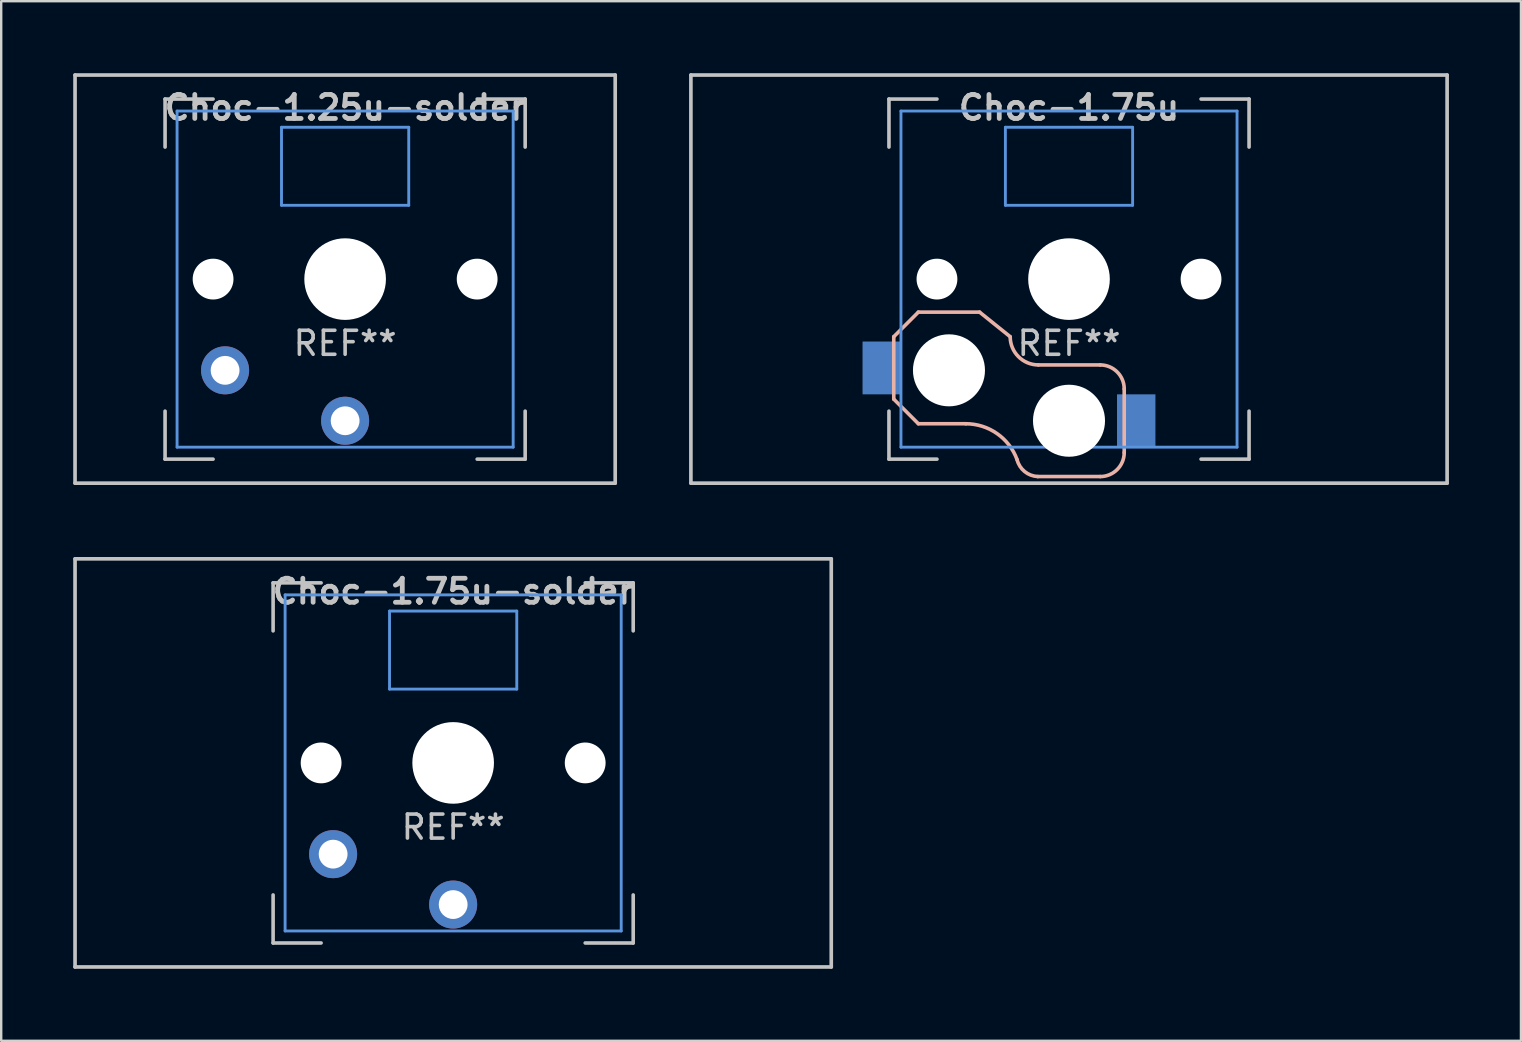
<source format=kicad_pcb>
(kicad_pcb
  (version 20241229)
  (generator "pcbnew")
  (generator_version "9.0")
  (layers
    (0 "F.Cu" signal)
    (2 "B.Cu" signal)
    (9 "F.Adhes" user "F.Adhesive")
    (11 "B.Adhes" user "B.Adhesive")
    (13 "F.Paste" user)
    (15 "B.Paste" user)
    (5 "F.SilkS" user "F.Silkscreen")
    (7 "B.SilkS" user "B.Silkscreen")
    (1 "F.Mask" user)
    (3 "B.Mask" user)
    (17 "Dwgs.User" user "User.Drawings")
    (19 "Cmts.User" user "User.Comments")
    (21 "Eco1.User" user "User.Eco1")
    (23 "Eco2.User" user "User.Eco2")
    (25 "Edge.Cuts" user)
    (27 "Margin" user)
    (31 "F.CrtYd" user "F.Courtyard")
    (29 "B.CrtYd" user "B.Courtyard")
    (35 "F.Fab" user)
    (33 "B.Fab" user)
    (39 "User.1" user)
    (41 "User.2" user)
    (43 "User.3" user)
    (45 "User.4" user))
  (footprint "Choc-1.75u-solder"
    (layer "F.Cu")
    (at 15.826 28.729)
    (property "Reference" "Choc-1.75u-solder" (at 0 -7.144 180) (layer "Dwgs.User") (effects (font (size 1 1) (thickness 0.2))))
    (attr through_hole)
    (fp_line (start -15.75 -8.5) (end 15.75 -8.5) (stroke (width 0.152) (type solid)) (layer "Dwgs.User"))
    (fp_line (start -15.75 8.5) (end -15.75 -8.5) (stroke (width 0.152) (type solid)) (layer "Dwgs.User"))
    (fp_line (start -7.5 -7.5) (end -7.5 -5.5) (stroke (width 0.15) (type solid)) (layer "Dwgs.User"))
    (fp_line (start -7.5 7.5) (end -7.5 5.5) (stroke (width 0.15) (type solid)) (layer "Dwgs.User"))
    (fp_line (start -5.5 -7.5) (end -7.5 -7.5) (stroke (width 0.15) (type solid)) (layer "Dwgs.User"))
    (fp_line (start -5.5 7.5) (end -7.5 7.5) (stroke (width 0.15) (type solid)) (layer "Dwgs.User"))
    (fp_line (start 5.5 -7.5) (end 7.5 -7.5) (stroke (width 0.15) (type solid)) (layer "Dwgs.User"))
    (fp_line (start 5.5 7.5) (end 7.5 7.5) (stroke (width 0.15) (type solid)) (layer "Dwgs.User"))
    (fp_line (start 7.5 -7.5) (end 7.5 -5.5) (stroke (width 0.15) (type solid)) (layer "Dwgs.User"))
    (fp_line (start 7.5 7.5) (end 7.5 5.5) (stroke (width 0.15) (type solid)) (layer "Dwgs.User"))
    (fp_line (start 15.75 -8.5) (end 15.75 8.5) (stroke (width 0.152) (type solid)) (layer "Dwgs.User"))
    (fp_line (start 15.75 8.5) (end -15.75 8.5) (stroke (width 0.152) (type solid)) (layer "Dwgs.User"))
    (fp_line (start -7 -7) (end -7 7) (stroke (width 0.12) (type solid)) (layer "Cmts.User"))
    (fp_line (start -7 7) (end 7 7) (stroke (width 0.12) (type solid)) (layer "Cmts.User"))
    (fp_line (start -2.65 -6.325) (end 2.65 -6.325) (stroke (width 0.12) (type solid)) (layer "Cmts.User"))
    (fp_line (start -2.65 -3.075) (end -2.65 -6.325) (stroke (width 0.12) (type solid)) (layer "Cmts.User"))
    (fp_line (start 2.65 -6.325) (end 2.65 -3.075) (stroke (width 0.12) (type solid)) (layer "Cmts.User"))
    (fp_line (start 2.65 -3.075) (end -2.65 -3.075) (stroke (width 0.12) (type solid)) (layer "Cmts.User"))
    (fp_line (start 7 -7) (end -7 -7) (stroke (width 0.12) (type solid)) (layer "Cmts.User"))
    (fp_line (start 7 7) (end 7 -7) (stroke (width 0.12) (type solid)) (layer "Cmts.User"))
    (fp_text user "REF**" (at 0 2.675 0) (layer "Dwgs.User") (effects (font (size 1 1) (thickness 0.15))))
    (pad "" np_thru_hole circle (at -5.5 0 180) (size 1.7 1.7) (drill 1.7) (layers "*.Cu" "*.Mask"))
    (pad "" np_thru_hole circle (at 0 0 90) (size 3.4 3.4) (drill 3.4) (layers "*.Cu" "*.Mask"))
    (pad "" np_thru_hole circle (at 5.5 0 180) (size 1.7 1.7) (drill 1.7) (layers "*.Cu" "*.Mask"))
    (pad "1" thru_hole circle (at 0 5.9 180) (size 2 2) (drill 1.2) (layers "*.Cu" "*.Mask"))
    (pad "2" thru_hole circle (at -5 3.8 41.9) (size 2 2) (drill 1.2) (layers "*.Cu" "*.Mask")))
  (footprint "Choc-1.25u-solder"
    (layer "F.Cu")
    (at 11.326 8.576)
    (property "Reference" "Choc-1.25u-solder" (at 0 -7.144 180) (layer "Dwgs.User") (effects (font (size 1 1) (thickness 0.2))))
    (attr through_hole)
    (fp_line (start -11.25 -8.5) (end 11.25 -8.5) (stroke (width 0.152) (type solid)) (layer "Dwgs.User"))
    (fp_line (start -11.25 8.5) (end -11.25 -8.5) (stroke (width 0.152) (type solid)) (layer "Dwgs.User"))
    (fp_line (start -7.5 -7.5) (end -7.5 -5.5) (stroke (width 0.15) (type solid)) (layer "Dwgs.User"))
    (fp_line (start -7.5 7.5) (end -7.5 5.5) (stroke (width 0.15) (type solid)) (layer "Dwgs.User"))
    (fp_line (start -5.5 -7.5) (end -7.5 -7.5) (stroke (width 0.15) (type solid)) (layer "Dwgs.User"))
    (fp_line (start -5.5 7.5) (end -7.5 7.5) (stroke (width 0.15) (type solid)) (layer "Dwgs.User"))
    (fp_line (start 5.5 -7.5) (end 7.5 -7.5) (stroke (width 0.15) (type solid)) (layer "Dwgs.User"))
    (fp_line (start 5.5 7.5) (end 7.5 7.5) (stroke (width 0.15) (type solid)) (layer "Dwgs.User"))
    (fp_line (start 7.5 -7.5) (end 7.5 -5.5) (stroke (width 0.15) (type solid)) (layer "Dwgs.User"))
    (fp_line (start 7.5 7.5) (end 7.5 5.5) (stroke (width 0.15) (type solid)) (layer "Dwgs.User"))
    (fp_line (start 11.25 -8.5) (end 11.25 8.5) (stroke (width 0.152) (type solid)) (layer "Dwgs.User"))
    (fp_line (start 11.25 8.5) (end -11.25 8.5) (stroke (width 0.152) (type solid)) (layer "Dwgs.User"))
    (fp_line (start -7 -7) (end -7 7) (stroke (width 0.12) (type solid)) (layer "Cmts.User"))
    (fp_line (start -7 7) (end 7 7) (stroke (width 0.12) (type solid)) (layer "Cmts.User"))
    (fp_line (start -2.65 -6.325) (end 2.65 -6.325) (stroke (width 0.12) (type solid)) (layer "Cmts.User"))
    (fp_line (start -2.65 -3.075) (end -2.65 -6.325) (stroke (width 0.12) (type solid)) (layer "Cmts.User"))
    (fp_line (start 2.65 -6.325) (end 2.65 -3.075) (stroke (width 0.12) (type solid)) (layer "Cmts.User"))
    (fp_line (start 2.65 -3.075) (end -2.65 -3.075) (stroke (width 0.12) (type solid)) (layer "Cmts.User"))
    (fp_line (start 7 -7) (end -7 -7) (stroke (width 0.12) (type solid)) (layer "Cmts.User"))
    (fp_line (start 7 7) (end 7 -7) (stroke (width 0.12) (type solid)) (layer "Cmts.User"))
    (fp_text user "REF**" (at 0 2.675 0) (layer "Dwgs.User") (effects (font (size 1 1) (thickness 0.15))))
    (pad "" np_thru_hole circle (at -5.5 0 180) (size 1.7 1.7) (drill 1.7) (layers "*.Cu" "*.Mask"))
    (pad "" np_thru_hole circle (at 0 0 90) (size 3.4 3.4) (drill 3.4) (layers "*.Cu" "*.Mask"))
    (pad "" np_thru_hole circle (at 5.5 0 180) (size 1.7 1.7) (drill 1.7) (layers "*.Cu" "*.Mask"))
    (pad "1" thru_hole circle (at 0 5.9 180) (size 2 2) (drill 1.2) (layers "*.Cu" "*.Mask"))
    (pad "2" thru_hole circle (at -5 3.8 41.9) (size 2 2) (drill 1.2) (layers "*.Cu" "*.Mask")))
  (footprint "Choc-1.75u"
    (layer "F.Cu")
    (at 41.479 8.576)
    (property "Reference" "Choc-1.75u" (at 0 -7.144 180) (layer "Dwgs.User") (effects (font (size 1 1) (thickness 0.2))))
    (attr through_hole)
    (fp_line (start -7.3 2.4) (end -7.3 5) (stroke (width 0.15) (type solid)) (layer "B.SilkS"))
    (fp_line (start -7.3 2.4) (end -6.275 1.375) (stroke (width 0.15) (type solid)) (layer "B.SilkS"))
    (fp_line (start -7.3 5) (end -6.275 6.025) (stroke (width 0.15) (type solid)) (layer "B.SilkS"))
    (fp_line (start -4.3 6.025) (end -6.275 6.025) (stroke (width 0.15) (type solid)) (layer "B.SilkS"))
    (fp_line (start -3.725 1.375) (end -6.275 1.375) (stroke (width 0.15) (type solid)) (layer "B.SilkS"))
    (fp_line (start -3.725 1.375) (end -2.45 2.4) (stroke (width 0.15) (type solid)) (layer "B.SilkS"))
    (fp_line (start 1.3 3.575) (end -1.275 3.575) (stroke (width 0.15) (type solid)) (layer "B.SilkS"))
    (fp_line (start 1.3 8.225) (end -1.3 8.225) (stroke (width 0.15) (type solid)) (layer "B.SilkS"))
    (fp_line (start 2.3 4.575) (end 2.3 7.225) (stroke (width 0.15) (type solid)) (layer "B.SilkS"))
    (fp_arc (start -4.3 6.025) (mid -2.995114 6.436429) (end -2.162199 7.521904) (stroke (width 0.15) (type solid)) (layer "B.SilkS"))
    (fp_arc (start -1.300995 8.223791) (mid -1.848284 8.016021) (end -2.162199 7.521904) (stroke (width 0.15) (type solid)) (layer "B.SilkS"))
    (fp_arc (start -1.275 3.575) (mid -2.10585 3.23085) (end -2.45 2.4) (stroke (width 0.15) (type solid)) (layer "B.SilkS"))
    (fp_arc (start 1.3 3.575) (mid 2.007107 3.867893) (end 2.3 4.575) (stroke (width 0.15) (type solid)) (layer "B.SilkS"))
    (fp_arc (start 2.3 7.225) (mid 2.007107 7.932107) (end 1.3 8.225) (stroke (width 0.15) (type solid)) (layer "B.SilkS"))
    (fp_line (start -15.75 -8.5) (end 15.75 -8.5) (stroke (width 0.152) (type solid)) (layer "Dwgs.User"))
    (fp_line (start -15.75 8.5) (end -15.75 -8.5) (stroke (width 0.152) (type solid)) (layer "Dwgs.User"))
    (fp_line (start -7.5 -7.5) (end -7.5 -5.5) (stroke (width 0.15) (type solid)) (layer "Dwgs.User"))
    (fp_line (start -7.5 7.5) (end -7.5 5.5) (stroke (width 0.15) (type solid)) (layer "Dwgs.User"))
    (fp_line (start -5.5 -7.5) (end -7.5 -7.5) (stroke (width 0.15) (type solid)) (layer "Dwgs.User"))
    (fp_line (start -5.5 7.5) (end -7.5 7.5) (stroke (width 0.15) (type solid)) (layer "Dwgs.User"))
    (fp_line (start 5.5 -7.5) (end 7.5 -7.5) (stroke (width 0.15) (type solid)) (layer "Dwgs.User"))
    (fp_line (start 5.5 7.5) (end 7.5 7.5) (stroke (width 0.15) (type solid)) (layer "Dwgs.User"))
    (fp_line (start 7.5 -7.5) (end 7.5 -5.5) (stroke (width 0.15) (type solid)) (layer "Dwgs.User"))
    (fp_line (start 7.5 7.5) (end 7.5 5.5) (stroke (width 0.15) (type solid)) (layer "Dwgs.User"))
    (fp_line (start 15.75 -8.5) (end 15.75 8.5) (stroke (width 0.152) (type solid)) (layer "Dwgs.User"))
    (fp_line (start 15.75 8.5) (end -15.75 8.5) (stroke (width 0.152) (type solid)) (layer "Dwgs.User"))
    (fp_line (start -7 -7) (end -7 7) (stroke (width 0.12) (type solid)) (layer "Cmts.User"))
    (fp_line (start -7 7) (end 7 7) (stroke (width 0.12) (type solid)) (layer "Cmts.User"))
    (fp_line (start -2.65 -6.325) (end 2.65 -6.325) (stroke (width 0.12) (type solid)) (layer "Cmts.User"))
    (fp_line (start -2.65 -3.075) (end -2.65 -6.325) (stroke (width 0.12) (type solid)) (layer "Cmts.User"))
    (fp_line (start 2.65 -6.325) (end 2.65 -3.075) (stroke (width 0.12) (type solid)) (layer "Cmts.User"))
    (fp_line (start 2.65 -3.075) (end -2.65 -3.075) (stroke (width 0.12) (type solid)) (layer "Cmts.User"))
    (fp_line (start 7 -7) (end -7 -7) (stroke (width 0.12) (type solid)) (layer "Cmts.User"))
    (fp_line (start 7 7) (end 7 -7) (stroke (width 0.12) (type solid)) (layer "Cmts.User"))
    (fp_text user "REF**" (at 0 2.675 0) (layer "Dwgs.User") (effects (font (size 1 1) (thickness 0.15))))
    (pad "" np_thru_hole circle (at -5.5 0 180) (size 1.7 1.7) (drill 1.7) (layers "*.Cu" "*.Mask"))
    (pad "" np_thru_hole circle (at -5 3.8 90) (size 3 3) (drill 3) (layers "*.Cu" "*.Mask"))
    (pad "" np_thru_hole circle (at 0 0 90) (size 3.4 3.4) (drill 3.4) (layers "*.Cu" "*.Mask"))
    (pad "" np_thru_hole circle (at 0 5.9 90) (size 3 3) (drill 3) (layers "*.Cu" "*.Mask"))
    (pad "" np_thru_hole circle (at 5.5 0 180) (size 1.7 1.7) (drill 1.7) (layers "*.Cu" "*.Mask"))
    (pad "1" smd rect (at -7.8 3.7 180) (size 1.6 2.2) (layers "B.Cu" "B.Mask" "B.Paste"))
    (pad "2" smd rect (at 2.8 5.9 180) (size 1.6 2.2) (layers "B.Cu" "B.Mask" "B.Paste")))
  (gr_rect
    (start -3 -3)
    (end 60.305 40.305)
    (stroke (width 0.1) (type default))
    (fill no)
    (layer "Edge.Cuts")))
</source>
